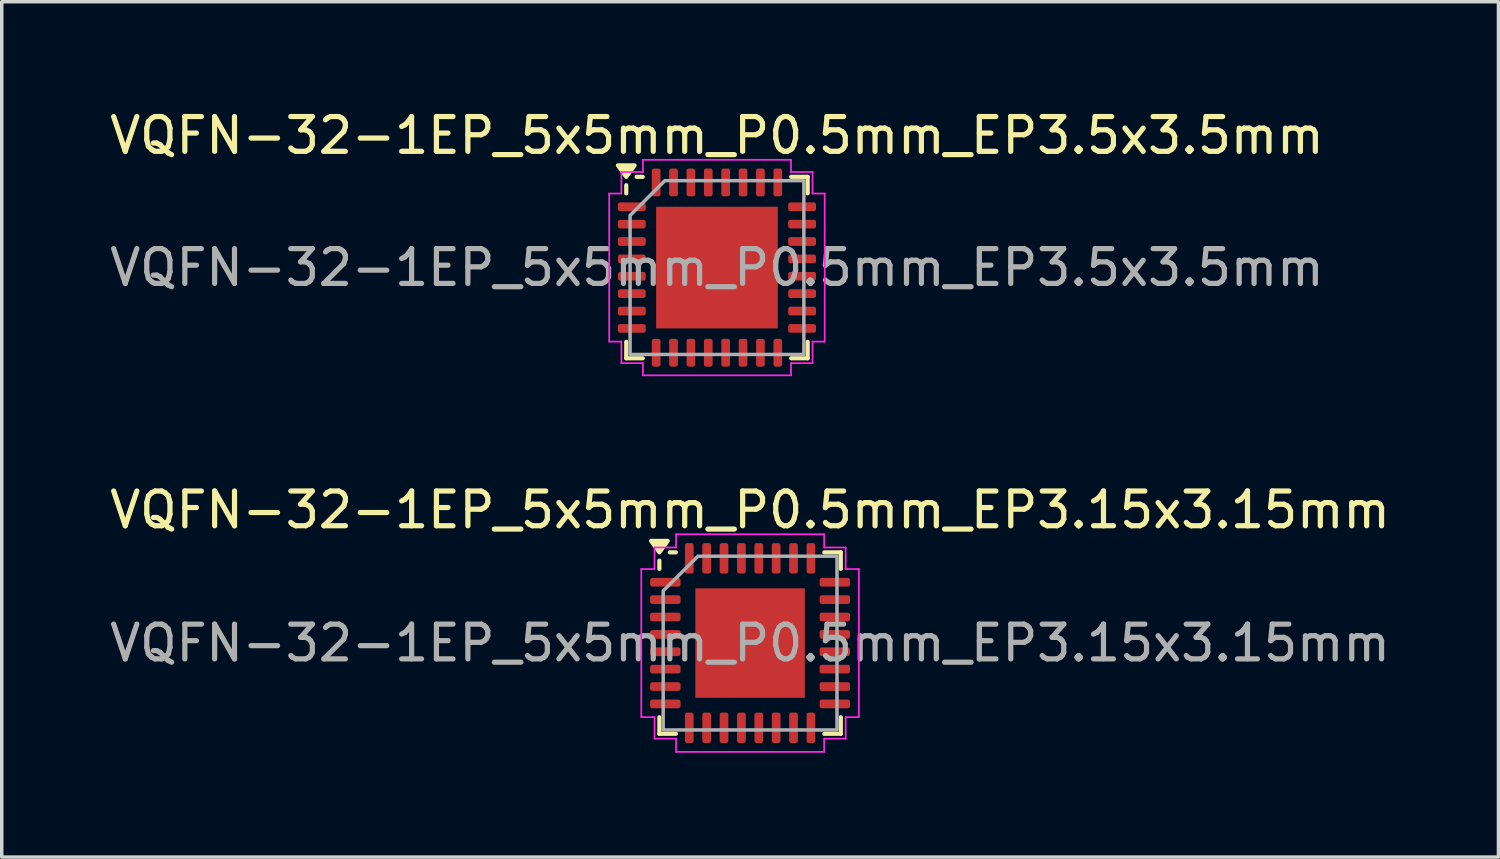
<source format=kicad_pcb>
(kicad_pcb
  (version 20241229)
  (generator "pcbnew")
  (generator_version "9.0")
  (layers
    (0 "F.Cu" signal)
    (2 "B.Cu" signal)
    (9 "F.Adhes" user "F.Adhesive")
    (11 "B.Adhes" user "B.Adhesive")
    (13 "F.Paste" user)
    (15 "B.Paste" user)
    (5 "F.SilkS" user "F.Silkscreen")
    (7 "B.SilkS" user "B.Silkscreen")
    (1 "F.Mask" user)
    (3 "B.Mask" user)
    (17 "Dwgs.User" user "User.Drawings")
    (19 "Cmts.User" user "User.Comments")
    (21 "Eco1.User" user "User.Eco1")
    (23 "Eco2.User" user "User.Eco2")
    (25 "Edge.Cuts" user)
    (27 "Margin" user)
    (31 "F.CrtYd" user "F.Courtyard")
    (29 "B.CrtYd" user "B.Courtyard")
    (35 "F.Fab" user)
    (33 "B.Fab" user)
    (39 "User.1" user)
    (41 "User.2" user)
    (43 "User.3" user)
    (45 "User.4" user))
  (footprint "VQFN-32-1EP_5x5mm_P0.5mm_EP3.5x3.5mm"
    (layer "F.Cu")
    (at 17.577 4.648)
    (property "Reference" "VQFN-32-1EP_5x5mm_P0.5mm_EP3.5x3.5mm" (at 0 -3.8 0) (layer "F.SilkS") (effects (font (size 1 1) (thickness 0.15))))
    (attr smd)
    (fp_line (start -2.61 -2.135) (end -2.61 -2.37) (stroke (width 0.12) (type solid)) (layer "F.SilkS"))
    (fp_line (start -2.61 2.61) (end -2.61 2.135) (stroke (width 0.12) (type solid)) (layer "F.SilkS"))
    (fp_line (start -2.135 -2.61) (end -2.31 -2.61) (stroke (width 0.12) (type solid)) (layer "F.SilkS"))
    (fp_line (start -2.135 2.61) (end -2.61 2.61) (stroke (width 0.12) (type solid)) (layer "F.SilkS"))
    (fp_line (start 2.135 -2.61) (end 2.61 -2.61) (stroke (width 0.12) (type solid)) (layer "F.SilkS"))
    (fp_line (start 2.135 2.61) (end 2.61 2.61) (stroke (width 0.12) (type solid)) (layer "F.SilkS"))
    (fp_line (start 2.61 -2.61) (end 2.61 -2.135) (stroke (width 0.12) (type solid)) (layer "F.SilkS"))
    (fp_line (start 2.61 2.61) (end 2.61 2.135) (stroke (width 0.12) (type solid)) (layer "F.SilkS"))
    (fp_poly (pts (xy -2.61 -2.61) (xy -2.85 -2.94) (xy -2.37 -2.94)) (stroke (width 0.12) (type solid)) (fill yes) (layer "F.SilkS"))
    (fp_line (start -3.1 -2.13) (end -2.75 -2.13) (stroke (width 0.05) (type solid)) (layer "F.CrtYd"))
    (fp_line (start -3.1 2.13) (end -3.1 -2.13) (stroke (width 0.05) (type solid)) (layer "F.CrtYd"))
    (fp_line (start -2.75 -2.75) (end -2.13 -2.75) (stroke (width 0.05) (type solid)) (layer "F.CrtYd"))
    (fp_line (start -2.75 -2.13) (end -2.75 -2.75) (stroke (width 0.05) (type solid)) (layer "F.CrtYd"))
    (fp_line (start -2.75 2.13) (end -3.1 2.13) (stroke (width 0.05) (type solid)) (layer "F.CrtYd"))
    (fp_line (start -2.75 2.75) (end -2.75 2.13) (stroke (width 0.05) (type solid)) (layer "F.CrtYd"))
    (fp_line (start -2.13 -3.1) (end 2.13 -3.1) (stroke (width 0.05) (type solid)) (layer "F.CrtYd"))
    (fp_line (start -2.13 -2.75) (end -2.13 -3.1) (stroke (width 0.05) (type solid)) (layer "F.CrtYd"))
    (fp_line (start -2.13 2.75) (end -2.75 2.75) (stroke (width 0.05) (type solid)) (layer "F.CrtYd"))
    (fp_line (start -2.13 3.1) (end -2.13 2.75) (stroke (width 0.05) (type solid)) (layer "F.CrtYd"))
    (fp_line (start 2.13 -3.1) (end 2.13 -2.75) (stroke (width 0.05) (type solid)) (layer "F.CrtYd"))
    (fp_line (start 2.13 -2.75) (end 2.75 -2.75) (stroke (width 0.05) (type solid)) (layer "F.CrtYd"))
    (fp_line (start 2.13 2.75) (end 2.13 3.1) (stroke (width 0.05) (type solid)) (layer "F.CrtYd"))
    (fp_line (start 2.13 3.1) (end -2.13 3.1) (stroke (width 0.05) (type solid)) (layer "F.CrtYd"))
    (fp_line (start 2.75 -2.75) (end 2.75 -2.13) (stroke (width 0.05) (type solid)) (layer "F.CrtYd"))
    (fp_line (start 2.75 -2.13) (end 3.1 -2.13) (stroke (width 0.05) (type solid)) (layer "F.CrtYd"))
    (fp_line (start 2.75 2.13) (end 2.75 2.75) (stroke (width 0.05) (type solid)) (layer "F.CrtYd"))
    (fp_line (start 2.75 2.75) (end 2.13 2.75) (stroke (width 0.05) (type solid)) (layer "F.CrtYd"))
    (fp_line (start 3.1 -2.13) (end 3.1 2.13) (stroke (width 0.05) (type solid)) (layer "F.CrtYd"))
    (fp_line (start 3.1 2.13) (end 2.75 2.13) (stroke (width 0.05) (type solid)) (layer "F.CrtYd"))
    (fp_poly (pts (xy -2.5 -1.5) (xy -2.5 2.5) (xy 2.5 2.5) (xy 2.5 -2.5) (xy -1.5 -2.5)) (stroke (width 0.1) (type solid)) (fill no) (layer "F.Fab"))
    (fp_text user "${REFERENCE}" (at 0 0 0) (layer "F.Fab") (effects (font (size 1 1) (thickness 0.15))))
    (pad "" smd roundrect (at -0.875 -0.875) (size 1.41 1.41) (layers "F.Paste") (roundrect_rratio 0.177))
    (pad "" smd roundrect (at -0.875 0.875) (size 1.41 1.41) (layers "F.Paste") (roundrect_rratio 0.177))
    (pad "" smd roundrect (at 0.875 -0.875) (size 1.41 1.41) (layers "F.Paste") (roundrect_rratio 0.177))
    (pad "" smd roundrect (at 0.875 0.875) (size 1.41 1.41) (layers "F.Paste") (roundrect_rratio 0.177))
    (pad "1" smd roundrect (at -2.45 -1.75) (size 0.8 0.25) (layers "F.Cu" "F.Mask" "F.Paste") (roundrect_rratio 0.25))
    (pad "2" smd roundrect (at -2.45 -1.25) (size 0.8 0.25) (layers "F.Cu" "F.Mask" "F.Paste") (roundrect_rratio 0.25))
    (pad "3" smd roundrect (at -2.45 -0.75) (size 0.8 0.25) (layers "F.Cu" "F.Mask" "F.Paste") (roundrect_rratio 0.25))
    (pad "4" smd roundrect (at -2.45 -0.25) (size 0.8 0.25) (layers "F.Cu" "F.Mask" "F.Paste") (roundrect_rratio 0.25))
    (pad "5" smd roundrect (at -2.45 0.25) (size 0.8 0.25) (layers "F.Cu" "F.Mask" "F.Paste") (roundrect_rratio 0.25))
    (pad "6" smd roundrect (at -2.45 0.75) (size 0.8 0.25) (layers "F.Cu" "F.Mask" "F.Paste") (roundrect_rratio 0.25))
    (pad "7" smd roundrect (at -2.45 1.25) (size 0.8 0.25) (layers "F.Cu" "F.Mask" "F.Paste") (roundrect_rratio 0.25))
    (pad "8" smd roundrect (at -2.45 1.75) (size 0.8 0.25) (layers "F.Cu" "F.Mask" "F.Paste") (roundrect_rratio 0.25))
    (pad "9" smd roundrect (at -1.75 2.45) (size 0.25 0.8) (layers "F.Cu" "F.Mask" "F.Paste") (roundrect_rratio 0.25))
    (pad "10" smd roundrect (at -1.25 2.45) (size 0.25 0.8) (layers "F.Cu" "F.Mask" "F.Paste") (roundrect_rratio 0.25))
    (pad "11" smd roundrect (at -0.75 2.45) (size 0.25 0.8) (layers "F.Cu" "F.Mask" "F.Paste") (roundrect_rratio 0.25))
    (pad "12" smd roundrect (at -0.25 2.45) (size 0.25 0.8) (layers "F.Cu" "F.Mask" "F.Paste") (roundrect_rratio 0.25))
    (pad "13" smd roundrect (at 0.25 2.45) (size 0.25 0.8) (layers "F.Cu" "F.Mask" "F.Paste") (roundrect_rratio 0.25))
    (pad "14" smd roundrect (at 0.75 2.45) (size 0.25 0.8) (layers "F.Cu" "F.Mask" "F.Paste") (roundrect_rratio 0.25))
    (pad "15" smd roundrect (at 1.25 2.45) (size 0.25 0.8) (layers "F.Cu" "F.Mask" "F.Paste") (roundrect_rratio 0.25))
    (pad "16" smd roundrect (at 1.75 2.45) (size 0.25 0.8) (layers "F.Cu" "F.Mask" "F.Paste") (roundrect_rratio 0.25))
    (pad "17" smd roundrect (at 2.45 1.75) (size 0.8 0.25) (layers "F.Cu" "F.Mask" "F.Paste") (roundrect_rratio 0.25))
    (pad "18" smd roundrect (at 2.45 1.25) (size 0.8 0.25) (layers "F.Cu" "F.Mask" "F.Paste") (roundrect_rratio 0.25))
    (pad "19" smd roundrect (at 2.45 0.75) (size 0.8 0.25) (layers "F.Cu" "F.Mask" "F.Paste") (roundrect_rratio 0.25))
    (pad "20" smd roundrect (at 2.45 0.25) (size 0.8 0.25) (layers "F.Cu" "F.Mask" "F.Paste") (roundrect_rratio 0.25))
    (pad "21" smd roundrect (at 2.45 -0.25) (size 0.8 0.25) (layers "F.Cu" "F.Mask" "F.Paste") (roundrect_rratio 0.25))
    (pad "22" smd roundrect (at 2.45 -0.75) (size 0.8 0.25) (layers "F.Cu" "F.Mask" "F.Paste") (roundrect_rratio 0.25))
    (pad "23" smd roundrect (at 2.45 -1.25) (size 0.8 0.25) (layers "F.Cu" "F.Mask" "F.Paste") (roundrect_rratio 0.25))
    (pad "24" smd roundrect (at 2.45 -1.75) (size 0.8 0.25) (layers "F.Cu" "F.Mask" "F.Paste") (roundrect_rratio 0.25))
    (pad "25" smd roundrect (at 1.75 -2.45) (size 0.25 0.8) (layers "F.Cu" "F.Mask" "F.Paste") (roundrect_rratio 0.25))
    (pad "26" smd roundrect (at 1.25 -2.45) (size 0.25 0.8) (layers "F.Cu" "F.Mask" "F.Paste") (roundrect_rratio 0.25))
    (pad "27" smd roundrect (at 0.75 -2.45) (size 0.25 0.8) (layers "F.Cu" "F.Mask" "F.Paste") (roundrect_rratio 0.25))
    (pad "28" smd roundrect (at 0.25 -2.45) (size 0.25 0.8) (layers "F.Cu" "F.Mask" "F.Paste") (roundrect_rratio 0.25))
    (pad "29" smd roundrect (at -0.25 -2.45) (size 0.25 0.8) (layers "F.Cu" "F.Mask" "F.Paste") (roundrect_rratio 0.25))
    (pad "30" smd roundrect (at -0.75 -2.45) (size 0.25 0.8) (layers "F.Cu" "F.Mask" "F.Paste") (roundrect_rratio 0.25))
    (pad "31" smd roundrect (at -1.25 -2.45) (size 0.25 0.8) (layers "F.Cu" "F.Mask" "F.Paste") (roundrect_rratio 0.25))
    (pad "32" smd roundrect (at -1.75 -2.45) (size 0.25 0.8) (layers "F.Cu" "F.Mask" "F.Paste") (roundrect_rratio 0.25))
    (pad "33" smd rect (at 0 0) (size 3.5 3.5) (property pad_prop_heatsink) (layers "F.Cu" "F.Mask")))
  (footprint "VQFN-32-1EP_5x5mm_P0.5mm_EP3.15x3.15mm"
    (layer "F.Cu")
    (at 18.53 15.451)
    (property "Reference" "VQFN-32-1EP_5x5mm_P0.5mm_EP3.15x3.15mm" (at 0 -3.83 0) (layer "F.SilkS") (effects (font (size 1 1) (thickness 0.15))))
    (attr smd)
    (fp_line (start -2.61 -2.135) (end -2.61 -2.37) (stroke (width 0.12) (type solid)) (layer "F.SilkS"))
    (fp_line (start -2.61 2.61) (end -2.61 2.135) (stroke (width 0.12) (type solid)) (layer "F.SilkS"))
    (fp_line (start -2.135 -2.61) (end -2.31 -2.61) (stroke (width 0.12) (type solid)) (layer "F.SilkS"))
    (fp_line (start -2.135 2.61) (end -2.61 2.61) (stroke (width 0.12) (type solid)) (layer "F.SilkS"))
    (fp_line (start 2.135 -2.61) (end 2.61 -2.61) (stroke (width 0.12) (type solid)) (layer "F.SilkS"))
    (fp_line (start 2.135 2.61) (end 2.61 2.61) (stroke (width 0.12) (type solid)) (layer "F.SilkS"))
    (fp_line (start 2.61 -2.61) (end 2.61 -2.135) (stroke (width 0.12) (type solid)) (layer "F.SilkS"))
    (fp_line (start 2.61 2.61) (end 2.61 2.135) (stroke (width 0.12) (type solid)) (layer "F.SilkS"))
    (fp_poly (pts (xy -2.61 -2.61) (xy -2.85 -2.94) (xy -2.37 -2.94)) (stroke (width 0.12) (type solid)) (fill yes) (layer "F.SilkS"))
    (fp_line (start -3.13 -2.13) (end -2.75 -2.13) (stroke (width 0.05) (type solid)) (layer "F.CrtYd"))
    (fp_line (start -3.13 2.13) (end -3.13 -2.13) (stroke (width 0.05) (type solid)) (layer "F.CrtYd"))
    (fp_line (start -2.75 -2.75) (end -2.13 -2.75) (stroke (width 0.05) (type solid)) (layer "F.CrtYd"))
    (fp_line (start -2.75 -2.13) (end -2.75 -2.75) (stroke (width 0.05) (type solid)) (layer "F.CrtYd"))
    (fp_line (start -2.75 2.13) (end -3.13 2.13) (stroke (width 0.05) (type solid)) (layer "F.CrtYd"))
    (fp_line (start -2.75 2.75) (end -2.75 2.13) (stroke (width 0.05) (type solid)) (layer "F.CrtYd"))
    (fp_line (start -2.13 -3.13) (end 2.13 -3.13) (stroke (width 0.05) (type solid)) (layer "F.CrtYd"))
    (fp_line (start -2.13 -2.75) (end -2.13 -3.13) (stroke (width 0.05) (type solid)) (layer "F.CrtYd"))
    (fp_line (start -2.13 2.75) (end -2.75 2.75) (stroke (width 0.05) (type solid)) (layer "F.CrtYd"))
    (fp_line (start -2.13 3.13) (end -2.13 2.75) (stroke (width 0.05) (type solid)) (layer "F.CrtYd"))
    (fp_line (start 2.13 -3.13) (end 2.13 -2.75) (stroke (width 0.05) (type solid)) (layer "F.CrtYd"))
    (fp_line (start 2.13 -2.75) (end 2.75 -2.75) (stroke (width 0.05) (type solid)) (layer "F.CrtYd"))
    (fp_line (start 2.13 2.75) (end 2.13 3.13) (stroke (width 0.05) (type solid)) (layer "F.CrtYd"))
    (fp_line (start 2.13 3.13) (end -2.13 3.13) (stroke (width 0.05) (type solid)) (layer "F.CrtYd"))
    (fp_line (start 2.75 -2.75) (end 2.75 -2.13) (stroke (width 0.05) (type solid)) (layer "F.CrtYd"))
    (fp_line (start 2.75 -2.13) (end 3.13 -2.13) (stroke (width 0.05) (type solid)) (layer "F.CrtYd"))
    (fp_line (start 2.75 2.13) (end 2.75 2.75) (stroke (width 0.05) (type solid)) (layer "F.CrtYd"))
    (fp_line (start 2.75 2.75) (end 2.13 2.75) (stroke (width 0.05) (type solid)) (layer "F.CrtYd"))
    (fp_line (start 3.13 -2.13) (end 3.13 2.13) (stroke (width 0.05) (type solid)) (layer "F.CrtYd"))
    (fp_line (start 3.13 2.13) (end 2.75 2.13) (stroke (width 0.05) (type solid)) (layer "F.CrtYd"))
    (fp_poly (pts (xy -2.5 -1.5) (xy -2.5 2.5) (xy 2.5 2.5) (xy 2.5 -2.5) (xy -1.5 -2.5)) (stroke (width 0.1) (type solid)) (fill no) (layer "F.Fab"))
    (fp_text user "${REFERENCE}" (at 0 0 0) (layer "F.Fab") (effects (font (size 1 1) (thickness 0.15))))
    (pad "" smd roundrect (at -0.79 -0.79) (size 1.27 1.27) (layers "F.Paste") (roundrect_rratio 0.197))
    (pad "" smd roundrect (at -0.79 0.79) (size 1.27 1.27) (layers "F.Paste") (roundrect_rratio 0.197))
    (pad "" smd roundrect (at 0.79 -0.79) (size 1.27 1.27) (layers "F.Paste") (roundrect_rratio 0.197))
    (pad "" smd roundrect (at 0.79 0.79) (size 1.27 1.27) (layers "F.Paste") (roundrect_rratio 0.197))
    (pad "1" smd roundrect (at -2.438 -1.75) (size 0.875 0.25) (layers "F.Cu" "F.Mask" "F.Paste") (roundrect_rratio 0.25))
    (pad "2" smd roundrect (at -2.438 -1.25) (size 0.875 0.25) (layers "F.Cu" "F.Mask" "F.Paste") (roundrect_rratio 0.25))
    (pad "3" smd roundrect (at -2.438 -0.75) (size 0.875 0.25) (layers "F.Cu" "F.Mask" "F.Paste") (roundrect_rratio 0.25))
    (pad "4" smd roundrect (at -2.438 -0.25) (size 0.875 0.25) (layers "F.Cu" "F.Mask" "F.Paste") (roundrect_rratio 0.25))
    (pad "5" smd roundrect (at -2.438 0.25) (size 0.875 0.25) (layers "F.Cu" "F.Mask" "F.Paste") (roundrect_rratio 0.25))
    (pad "6" smd roundrect (at -2.438 0.75) (size 0.875 0.25) (layers "F.Cu" "F.Mask" "F.Paste") (roundrect_rratio 0.25))
    (pad "7" smd roundrect (at -2.438 1.25) (size 0.875 0.25) (layers "F.Cu" "F.Mask" "F.Paste") (roundrect_rratio 0.25))
    (pad "8" smd roundrect (at -2.438 1.75) (size 0.875 0.25) (layers "F.Cu" "F.Mask" "F.Paste") (roundrect_rratio 0.25))
    (pad "9" smd roundrect (at -1.75 2.438) (size 0.25 0.875) (layers "F.Cu" "F.Mask" "F.Paste") (roundrect_rratio 0.25))
    (pad "10" smd roundrect (at -1.25 2.438) (size 0.25 0.875) (layers "F.Cu" "F.Mask" "F.Paste") (roundrect_rratio 0.25))
    (pad "11" smd roundrect (at -0.75 2.438) (size 0.25 0.875) (layers "F.Cu" "F.Mask" "F.Paste") (roundrect_rratio 0.25))
    (pad "12" smd roundrect (at -0.25 2.438) (size 0.25 0.875) (layers "F.Cu" "F.Mask" "F.Paste") (roundrect_rratio 0.25))
    (pad "13" smd roundrect (at 0.25 2.438) (size 0.25 0.875) (layers "F.Cu" "F.Mask" "F.Paste") (roundrect_rratio 0.25))
    (pad "14" smd roundrect (at 0.75 2.438) (size 0.25 0.875) (layers "F.Cu" "F.Mask" "F.Paste") (roundrect_rratio 0.25))
    (pad "15" smd roundrect (at 1.25 2.438) (size 0.25 0.875) (layers "F.Cu" "F.Mask" "F.Paste") (roundrect_rratio 0.25))
    (pad "16" smd roundrect (at 1.75 2.438) (size 0.25 0.875) (layers "F.Cu" "F.Mask" "F.Paste") (roundrect_rratio 0.25))
    (pad "17" smd roundrect (at 2.438 1.75) (size 0.875 0.25) (layers "F.Cu" "F.Mask" "F.Paste") (roundrect_rratio 0.25))
    (pad "18" smd roundrect (at 2.438 1.25) (size 0.875 0.25) (layers "F.Cu" "F.Mask" "F.Paste") (roundrect_rratio 0.25))
    (pad "19" smd roundrect (at 2.438 0.75) (size 0.875 0.25) (layers "F.Cu" "F.Mask" "F.Paste") (roundrect_rratio 0.25))
    (pad "20" smd roundrect (at 2.438 0.25) (size 0.875 0.25) (layers "F.Cu" "F.Mask" "F.Paste") (roundrect_rratio 0.25))
    (pad "21" smd roundrect (at 2.438 -0.25) (size 0.875 0.25) (layers "F.Cu" "F.Mask" "F.Paste") (roundrect_rratio 0.25))
    (pad "22" smd roundrect (at 2.438 -0.75) (size 0.875 0.25) (layers "F.Cu" "F.Mask" "F.Paste") (roundrect_rratio 0.25))
    (pad "23" smd roundrect (at 2.438 -1.25) (size 0.875 0.25) (layers "F.Cu" "F.Mask" "F.Paste") (roundrect_rratio 0.25))
    (pad "24" smd roundrect (at 2.438 -1.75) (size 0.875 0.25) (layers "F.Cu" "F.Mask" "F.Paste") (roundrect_rratio 0.25))
    (pad "25" smd roundrect (at 1.75 -2.438) (size 0.25 0.875) (layers "F.Cu" "F.Mask" "F.Paste") (roundrect_rratio 0.25))
    (pad "26" smd roundrect (at 1.25 -2.438) (size 0.25 0.875) (layers "F.Cu" "F.Mask" "F.Paste") (roundrect_rratio 0.25))
    (pad "27" smd roundrect (at 0.75 -2.438) (size 0.25 0.875) (layers "F.Cu" "F.Mask" "F.Paste") (roundrect_rratio 0.25))
    (pad "28" smd roundrect (at 0.25 -2.438) (size 0.25 0.875) (layers "F.Cu" "F.Mask" "F.Paste") (roundrect_rratio 0.25))
    (pad "29" smd roundrect (at -0.25 -2.438) (size 0.25 0.875) (layers "F.Cu" "F.Mask" "F.Paste") (roundrect_rratio 0.25))
    (pad "30" smd roundrect (at -0.75 -2.438) (size 0.25 0.875) (layers "F.Cu" "F.Mask" "F.Paste") (roundrect_rratio 0.25))
    (pad "31" smd roundrect (at -1.25 -2.438) (size 0.25 0.875) (layers "F.Cu" "F.Mask" "F.Paste") (roundrect_rratio 0.25))
    (pad "32" smd roundrect (at -1.75 -2.438) (size 0.25 0.875) (layers "F.Cu" "F.Mask" "F.Paste") (roundrect_rratio 0.25))
    (pad "33" smd rect (at 0 0) (size 3.15 3.15) (property pad_prop_heatsink) (layers "F.Cu" "F.Mask")))
  (gr_rect
    (start -3 -3)
    (end 40.06 21.607)
    (stroke (width 0.1) (type default))
    (fill no)
    (layer "Edge.Cuts")))
</source>
